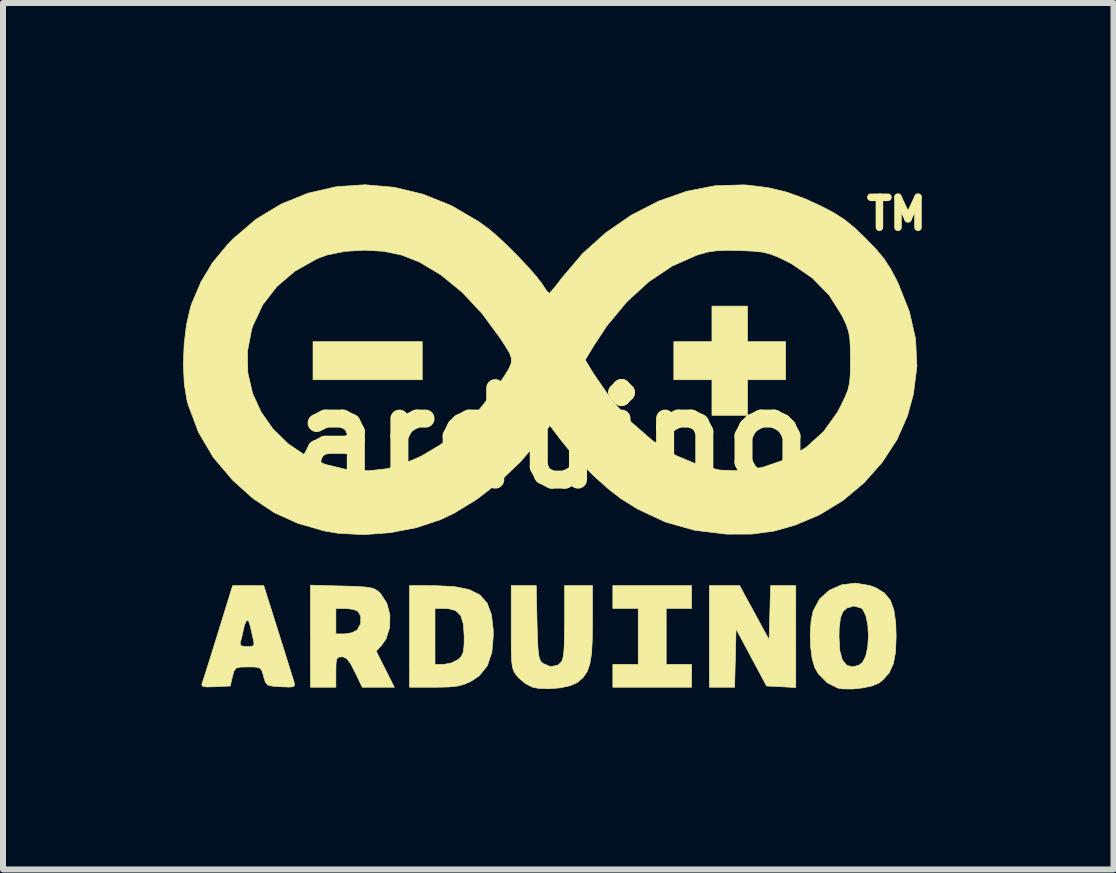
<source format=kicad_pcb>
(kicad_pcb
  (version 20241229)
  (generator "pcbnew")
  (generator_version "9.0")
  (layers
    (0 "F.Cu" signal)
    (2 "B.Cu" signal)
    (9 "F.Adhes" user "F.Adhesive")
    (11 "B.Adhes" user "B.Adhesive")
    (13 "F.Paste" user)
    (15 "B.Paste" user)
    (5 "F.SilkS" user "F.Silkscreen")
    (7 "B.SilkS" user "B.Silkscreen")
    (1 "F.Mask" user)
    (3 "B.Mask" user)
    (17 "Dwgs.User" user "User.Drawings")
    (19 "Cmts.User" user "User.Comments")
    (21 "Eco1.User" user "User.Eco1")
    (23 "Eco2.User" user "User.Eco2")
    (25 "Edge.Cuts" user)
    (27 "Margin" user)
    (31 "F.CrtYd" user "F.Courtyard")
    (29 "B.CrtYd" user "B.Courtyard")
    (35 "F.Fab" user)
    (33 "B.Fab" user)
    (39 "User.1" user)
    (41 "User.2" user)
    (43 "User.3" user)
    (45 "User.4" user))
  (footprint "arduino"
    (layer "F.Cu")
    (at 6.144 4.251)
    (property "Reference" "arduino" (at 0 0 0) (layer "F.SilkS") (effects (font (size 1.524 1.524) (thickness 0.3))))
    (attr through_hole)
    (fp_poly (pts (xy -2.159 -0.974) (xy -3.979 -0.974) (xy -3.979 -1.609) (xy -2.159 -1.609) (xy -2.159 -0.974)) (stroke (width 0.01) (type solid)) (fill yes) (layer "F.SilkS"))
    (fp_poly (pts (xy 2.328 2.836) (xy 1.905 2.836) (xy 1.905 3.768) (xy 2.328 3.768) (xy 2.328 4.149) (xy 1.016 4.149) (xy 1.016 3.768) (xy 1.439 3.768) (xy 1.439 2.836) (xy 1.016 2.836) (xy 1.016 2.455) (xy 2.328 2.455) (xy 2.328 2.836)) (stroke (width 0.01) (type solid)) (fill yes) (layer "F.SilkS"))
    (fp_poly (pts (xy 3.26 -1.609) (xy 3.895 -1.609) (xy 3.895 -0.974) (xy 3.26 -0.974) (xy 3.26 -0.381) (xy 2.667 -0.381) (xy 2.667 -0.974) (xy 2.032 -0.974) (xy 2.032 -1.609) (xy 2.667 -1.609) (xy 2.667 -2.201) (xy 3.26 -2.201) (xy 3.26 -1.609)) (stroke (width 0.01) (type solid)) (fill yes) (layer "F.SilkS"))
    (fp_poly (pts (xy 3.374 2.906) (xy 3.619 3.357) (xy 3.632 2.906) (xy 3.644 2.455) (xy 4.064 2.455) (xy 4.064 4.153) (xy 3.577 4.128) (xy 3.323 3.653) (xy 3.069 3.178) (xy 3.057 3.664) (xy 3.045 4.149) (xy 2.625 4.149) (xy 2.625 2.455) (xy 3.128 2.455) (xy 3.374 2.906)) (stroke (width 0.01) (type solid)) (fill yes) (layer "F.SilkS"))
    (fp_poly (pts (xy -1.937 2.456) (xy -1.621 2.472) (xy -1.378 2.521) (xy -1.2 2.61) (xy -1.078 2.747) (xy -1.007 2.937) (xy -0.977 3.187) (xy -0.975 3.282) (xy -0.999 3.567) (xy -1.075 3.79) (xy -1.208 3.957) (xy -1.353 4.053) (xy -1.461 4.1) (xy -1.573 4.129) (xy -1.716 4.144) (xy -1.914 4.149) (xy -1.956 4.149) (xy -2.371 4.149) (xy -2.371 2.836) (xy -1.947 2.836) (xy -1.947 3.768) (xy -1.804 3.768) (xy -1.672 3.743) (xy -1.56 3.687) (xy -1.507 3.633) (xy -1.476 3.565) (xy -1.463 3.458) (xy -1.46 3.31) (xy -1.474 3.097) (xy -1.518 2.954) (xy -1.601 2.872) (xy -1.73 2.838) (xy -1.785 2.836) (xy -1.947 2.836) (xy -2.371 2.836) (xy -2.371 2.455) (xy -1.937 2.456)) (stroke (width 0.01) (type solid)) (fill yes) (layer "F.SilkS"))
    (fp_poly (pts (xy -3.493 2.462) (xy -3.272 2.469) (xy -3.119 2.478) (xy -3.016 2.492) (xy -2.947 2.514) (xy -2.895 2.549) (xy -2.855 2.586) (xy -2.75 2.747) (xy -2.698 2.944) (xy -2.702 3.151) (xy -2.761 3.341) (xy -2.836 3.45) (xy -2.927 3.547) (xy -2.775 3.848) (xy -2.624 4.149) (xy -3.159 4.149) (xy -3.281 3.895) (xy -3.356 3.751) (xy -3.416 3.673) (xy -3.476 3.643) (xy -3.5 3.641) (xy -3.555 3.647) (xy -3.584 3.68) (xy -3.596 3.758) (xy -3.598 3.895) (xy -3.598 4.149) (xy -4.022 4.149) (xy -4.022 2.836) (xy -3.598 2.836) (xy -3.598 3.26) (xy -3.453 3.26) (xy -3.334 3.241) (xy -3.244 3.196) (xy -3.242 3.193) (xy -3.185 3.089) (xy -3.183 2.97) (xy -3.226 2.887) (xy -3.299 2.854) (xy -3.415 2.837) (xy -3.437 2.836) (xy -3.598 2.836) (xy -4.022 2.836) (xy -4.022 2.448) (xy -3.493 2.462)) (stroke (width 0.01) (type solid)) (fill yes) (layer "F.SilkS"))
    (fp_poly (pts (xy -0.247 3.073) (xy -0.24 3.316) (xy -0.232 3.489) (xy -0.221 3.606) (xy -0.203 3.679) (xy -0.179 3.724) (xy -0.151 3.75) (xy -0.021 3.806) (xy 0.099 3.78) (xy 0.145 3.743) (xy 0.172 3.702) (xy 0.191 3.631) (xy 0.203 3.518) (xy 0.209 3.348) (xy 0.212 3.11) (xy 0.212 3.066) (xy 0.212 2.455) (xy 0.677 2.455) (xy 0.677 3.08) (xy 0.673 3.374) (xy 0.66 3.598) (xy 0.632 3.765) (xy 0.588 3.889) (xy 0.523 3.984) (xy 0.434 4.063) (xy 0.423 4.071) (xy 0.306 4.123) (xy 0.136 4.159) (xy -0.053 4.174) (xy -0.23 4.166) (xy -0.325 4.147) (xy -0.442 4.086) (xy -0.555 3.991) (xy -0.568 3.976) (xy -0.608 3.925) (xy -0.637 3.875) (xy -0.657 3.81) (xy -0.669 3.717) (xy -0.675 3.582) (xy -0.677 3.389) (xy -0.677 3.151) (xy -0.677 2.455) (xy -0.26 2.455) (xy -0.247 3.073)) (stroke (width 0.01) (type solid)) (fill yes) (layer "F.SilkS"))
    (fp_poly (pts (xy 5.298 2.454) (xy 5.401 2.493) (xy 5.539 2.578) (xy 5.637 2.695) (xy 5.698 2.857) (xy 5.729 3.077) (xy 5.736 3.302) (xy 5.726 3.561) (xy 5.69 3.756) (xy 5.622 3.905) (xy 5.516 4.026) (xy 5.457 4.074) (xy 5.347 4.123) (xy 5.187 4.159) (xy 5.008 4.178) (xy 4.843 4.176) (xy 4.763 4.162) (xy 4.589 4.075) (xy 4.442 3.927) (xy 4.381 3.824) (xy 4.337 3.676) (xy 4.311 3.476) (xy 4.306 3.302) (xy 4.784 3.302) (xy 4.797 3.536) (xy 4.84 3.695) (xy 4.914 3.784) (xy 5.012 3.81) (xy 5.118 3.779) (xy 5.175 3.736) (xy 5.23 3.629) (xy 5.263 3.473) (xy 5.274 3.294) (xy 5.264 3.115) (xy 5.233 2.96) (xy 5.182 2.854) (xy 5.157 2.831) (xy 5.033 2.795) (xy 4.912 2.83) (xy 4.85 2.888) (xy 4.808 2.993) (xy 4.787 3.164) (xy 4.784 3.302) (xy 4.306 3.302) (xy 4.305 3.256) (xy 4.319 3.045) (xy 4.354 2.876) (xy 4.354 2.875) (xy 4.461 2.678) (xy 4.624 2.532) (xy 4.828 2.442) (xy 5.058 2.414) (xy 5.298 2.454)) (stroke (width 0.01) (type solid)) (fill yes) (layer "F.SilkS"))
    (fp_poly (pts (xy -4.563 3.207) (xy -4.486 3.451) (xy -4.416 3.674) (xy -4.359 3.859) (xy -4.317 3.991) (xy -4.297 4.056) (xy -4.286 4.11) (xy -4.304 4.138) (xy -4.37 4.146) (xy -4.502 4.141) (xy -4.516 4.14) (xy -4.654 4.131) (xy -4.732 4.112) (xy -4.771 4.069) (xy -4.797 3.989) (xy -4.802 3.969) (xy -4.828 3.876) (xy -4.865 3.829) (xy -4.938 3.812) (xy -5.062 3.81) (xy -5.192 3.813) (xy -5.261 3.831) (xy -5.297 3.88) (xy -5.321 3.969) (xy -5.358 4.128) (xy -5.605 4.14) (xy -5.745 4.144) (xy -5.816 4.134) (xy -5.833 4.107) (xy -5.83 4.093) (xy -5.811 4.036) (xy -5.771 3.911) (xy -5.714 3.732) (xy -5.646 3.513) (xy -5.614 3.411) (xy -5.193 3.411) (xy -5.186 3.454) (xy -5.113 3.471) (xy -5.08 3.471) (xy -4.988 3.465) (xy -4.96 3.431) (xy -4.972 3.361) (xy -5.002 3.23) (xy -5.024 3.128) (xy -5.053 3.042) (xy -5.087 3.038) (xy -5.121 3.113) (xy -5.141 3.199) (xy -5.167 3.317) (xy -5.191 3.405) (xy -5.193 3.411) (xy -5.614 3.411) (xy -5.569 3.267) (xy -5.562 3.244) (xy -5.318 2.455) (xy -4.8 2.455) (xy -4.563 3.207)) (stroke (width 0.01) (type solid)) (fill yes) (layer "F.SilkS"))
    (fp_poly (pts (xy -2.628 -4.181) (xy -2.145 -4.065) (xy -1.673 -3.875) (xy -1.219 -3.609) (xy -1.054 -3.489) (xy -0.912 -3.369) (xy -0.745 -3.213) (xy -0.57 -3.038) (xy -0.403 -2.861) (xy -0.261 -2.699) (xy -0.161 -2.57) (xy -0.139 -2.535) (xy -0.084 -2.453) (xy -0.046 -2.415) (xy -0.044 -2.415) (xy -0.01 -2.447) (xy 0.06 -2.531) (xy 0.152 -2.65) (xy 0.169 -2.673) (xy 0.512 -3.076) (xy 0.902 -3.426) (xy 1.328 -3.719) (xy 1.781 -3.951) (xy 2.249 -4.115) (xy 2.723 -4.207) (xy 3.194 -4.221) (xy 3.263 -4.217) (xy 3.6 -4.175) (xy 3.907 -4.102) (xy 4.218 -3.99) (xy 4.486 -3.867) (xy 4.698 -3.756) (xy 4.87 -3.646) (xy 5.033 -3.515) (xy 5.216 -3.341) (xy 5.233 -3.324) (xy 5.407 -3.143) (xy 5.536 -2.987) (xy 5.641 -2.827) (xy 5.744 -2.633) (xy 5.77 -2.579) (xy 5.956 -2.111) (xy 6.06 -1.653) (xy 6.082 -1.196) (xy 6.023 -0.732) (xy 5.924 -0.37) (xy 5.75 0.024) (xy 5.505 0.4) (xy 5.201 0.743) (xy 4.851 1.037) (xy 4.469 1.27) (xy 4.436 1.286) (xy 4.056 1.447) (xy 3.698 1.548) (xy 3.331 1.597) (xy 2.922 1.598) (xy 2.904 1.597) (xy 2.381 1.534) (xy 1.891 1.396) (xy 1.426 1.178) (xy 1.149 1.005) (xy 0.958 0.858) (xy 0.74 0.666) (xy 0.518 0.449) (xy 0.315 0.232) (xy 0.168 0.053) (xy -0.032 -0.211) (xy -0.216 0.032) (xy -0.522 0.392) (xy -0.873 0.725) (xy -1.249 1.017) (xy -1.632 1.251) (xy -1.856 1.357) (xy -2.253 1.489) (xy -2.686 1.573) (xy -3.127 1.606) (xy -3.549 1.585) (xy -3.789 1.545) (xy -4.233 1.417) (xy -4.624 1.24) (xy -4.982 1.001) (xy -5.317 0.7) (xy -5.641 0.318) (xy -5.888 -0.101) (xy -6.058 -0.555) (xy -6.079 -0.631) (xy -6.124 -0.905) (xy -6.139 -1.227) (xy -6.131 -1.444) (xy -5.072 -1.444) (xy -5.065 -1.089) (xy -4.987 -0.751) (xy -4.845 -0.438) (xy -4.646 -0.155) (xy -4.397 0.089) (xy -4.105 0.288) (xy -3.778 0.435) (xy -3.421 0.521) (xy -3.042 0.541) (xy -2.747 0.508) (xy -2.602 0.469) (xy -2.416 0.402) (xy -2.222 0.32) (xy -2.164 0.292) (xy -1.845 0.101) (xy -1.526 -0.155) (xy -1.224 -0.459) (xy -0.959 -0.792) (xy -0.942 -0.817) (xy -0.812 -1.005) (xy -0.725 -1.141) (xy -0.679 -1.242) (xy -0.675 -1.305) (xy 0.556 -1.305) (xy 0.688 -1.086) (xy 0.988 -0.649) (xy 1.321 -0.27) (xy 1.678 0.041) (xy 2.051 0.278) (xy 2.093 0.299) (xy 2.458 0.451) (xy 2.801 0.531) (xy 3.142 0.543) (xy 3.5 0.487) (xy 3.504 0.487) (xy 3.894 0.354) (xy 4.236 0.153) (xy 4.527 -0.111) (xy 4.759 -0.435) (xy 4.815 -0.541) (xy 4.886 -0.69) (xy 4.933 -0.807) (xy 4.959 -0.917) (xy 4.971 -1.049) (xy 4.974 -1.229) (xy 4.974 -1.311) (xy 4.972 -1.517) (xy 4.964 -1.664) (xy 4.943 -1.78) (xy 4.906 -1.888) (xy 4.847 -2.017) (xy 4.832 -2.047) (xy 4.62 -2.383) (xy 4.341 -2.669) (xy 4.001 -2.902) (xy 3.911 -2.949) (xy 3.756 -3.023) (xy 3.631 -3.071) (xy 3.51 -3.1) (xy 3.363 -3.116) (xy 3.162 -3.125) (xy 3.136 -3.126) (xy 2.91 -3.13) (xy 2.741 -3.123) (xy 2.599 -3.102) (xy 2.457 -3.063) (xy 2.413 -3.049) (xy 2.005 -2.868) (xy 1.617 -2.609) (xy 1.253 -2.277) (xy 0.92 -1.876) (xy 0.7 -1.544) (xy 0.556 -1.305) (xy -0.675 -1.305) (xy -0.673 -1.328) (xy -0.704 -1.418) (xy -0.771 -1.53) (xy -0.858 -1.663) (xy -1.161 -2.075) (xy -1.492 -2.429) (xy -1.842 -2.717) (xy -2.203 -2.934) (xy -2.503 -3.052) (xy -2.799 -3.114) (xy -3.123 -3.133) (xy -3.448 -3.113) (xy -3.744 -3.053) (xy -3.91 -2.992) (xy -4.281 -2.783) (xy -4.584 -2.525) (xy -4.818 -2.221) (xy -4.982 -1.87) (xy -5.002 -1.808) (xy -5.072 -1.444) (xy -6.131 -1.444) (xy -6.126 -1.566) (xy -6.087 -1.892) (xy -6.022 -2.175) (xy -6.002 -2.237) (xy -5.845 -2.606) (xy -5.652 -2.926) (xy -5.402 -3.228) (xy -5.311 -3.322) (xy -4.928 -3.649) (xy -4.508 -3.902) (xy -4.061 -4.083) (xy -3.593 -4.19) (xy -3.113 -4.223) (xy -2.628 -4.181)) (stroke (width 0.01) (type solid)) (fill yes) (layer "F.SilkS"))
    (fp_text user "TM" (at 5.743 -3.739 0) (layer "F.SilkS") (effects (font (size 0.5 0.5) (thickness 0.125)))))
  (gr_rect
    (start -3 -3)
    (end 15.501 11.435)
    (stroke (width 0.1) (type default))
    (fill no)
    (layer "Edge.Cuts")))
</source>
